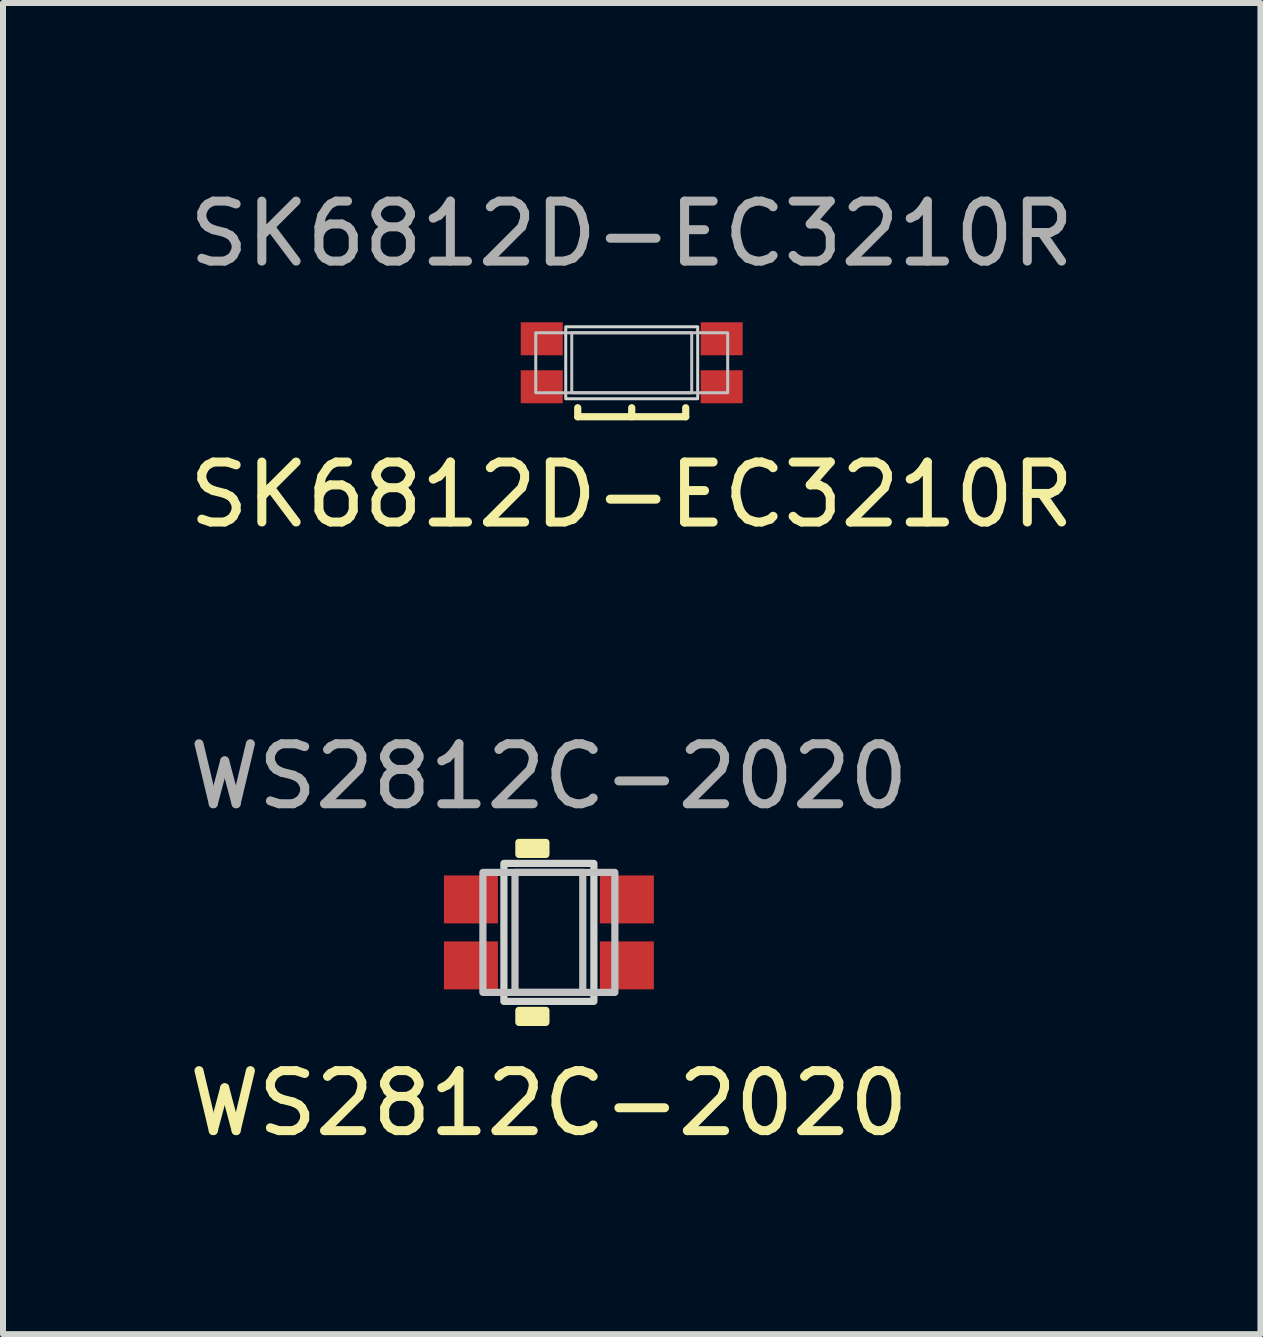
<source format=kicad_pcb>
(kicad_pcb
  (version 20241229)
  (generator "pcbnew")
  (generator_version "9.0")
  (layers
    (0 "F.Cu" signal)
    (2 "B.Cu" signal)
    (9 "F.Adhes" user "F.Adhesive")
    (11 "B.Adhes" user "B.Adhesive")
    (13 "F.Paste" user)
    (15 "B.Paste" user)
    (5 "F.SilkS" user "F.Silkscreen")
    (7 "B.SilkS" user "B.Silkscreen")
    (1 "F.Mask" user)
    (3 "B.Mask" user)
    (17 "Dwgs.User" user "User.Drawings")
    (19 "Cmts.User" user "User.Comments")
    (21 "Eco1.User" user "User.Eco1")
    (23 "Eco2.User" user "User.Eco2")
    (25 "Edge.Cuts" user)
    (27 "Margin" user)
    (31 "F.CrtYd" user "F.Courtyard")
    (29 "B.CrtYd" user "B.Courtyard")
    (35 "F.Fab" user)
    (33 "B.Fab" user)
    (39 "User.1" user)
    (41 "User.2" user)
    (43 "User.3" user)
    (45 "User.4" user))
  (footprint "WS2812C-2020"
    (layer "F.Cu")
    (at 6.101 12.495)
    (property "Reference" "WS2812C-2020" (at 0 2.85 0) (unlocked yes) (layer "F.SilkS") (effects (font (size 1 1) (thickness 0.15))))
    (attr smd)
    (fp_rect (start -0.5 -1.5) (end -0.05 -1.3) (stroke (width 0.12) (type solid)) (fill yes) (layer "F.SilkS"))
    (fp_rect (start -0.5 1.3) (end -0.05 1.5) (stroke (width 0.12) (type solid)) (fill yes) (layer "F.SilkS"))
    (fp_rect (start -1.1 -1) (end 1.1 1) (stroke (width 0.12) (type solid)) (fill no) (layer "Dwgs.User"))
    (fp_rect (start -0.565 -1) (end 0.565 1) (stroke (width 0.12) (type solid)) (fill no) (layer "Dwgs.User"))
    (fp_rect (start -0.75 -1.15) (end 0.75 1.15) (stroke (width 0.12) (type solid)) (fill no) (layer "Edge.Cuts"))
    (fp_text user "${REFERENCE}" (at 0 -2.6 0) (unlocked yes) (layer "F.Fab") (effects (font (size 1 1) (thickness 0.15))))
    (pad "1" smd rect (at -1.3 0.55) (size 0.9 0.8) (layers "F.Cu" "F.Mask" "F.Paste"))
    (pad "2" smd rect (at -1.3 -0.55) (size 0.9 0.8) (layers "F.Cu" "F.Mask" "F.Paste"))
    (pad "3" smd rect (at 1.3 -0.55) (size 0.9 0.8) (layers "F.Cu" "F.Mask" "F.Paste"))
    (pad "4" smd rect (at 1.3 0.55) (size 0.9 0.8) (layers "F.Cu" "F.Mask" "F.Paste")))
  (footprint "SK6812D-EC3210R"
    (layer "F.Cu")
    (at 7.482 2.998)
    (property "Reference" "SK6812D-EC3210R" (at 0 2.2 0) (unlocked yes) (layer "F.SilkS") (effects (font (size 1 1) (thickness 0.15))))
    (attr smd)
    (fp_line (start -0.9 0.9) (end -0.9 0.75) (stroke (width 0.12) (type solid)) (layer "F.SilkS"))
    (fp_line (start -0.9 0.9) (end 0.9 0.9) (stroke (width 0.12) (type solid)) (layer "F.SilkS"))
    (fp_line (start 0 0.75) (end 0 0.9) (stroke (width 0.12) (type solid)) (layer "F.SilkS"))
    (fp_line (start 0.9 0.75) (end 0.9 0.9) (stroke (width 0.12) (type solid)) (layer "F.SilkS"))
    (fp_rect (start -1.6 -0.5) (end 1.6 0.5) (stroke (width 0.05) (type solid)) (fill no) (layer "Dwgs.User"))
    (fp_rect (start -1 -0.5) (end 1 0.5) (stroke (width 0.05) (type solid)) (fill no) (layer "Dwgs.User"))
    (fp_rect (start -1.1 -0.6) (end 1.1 0.6) (stroke (width 0.05) (type solid)) (fill no) (layer "Edge.Cuts"))
    (fp_text user "${REFERENCE}" (at 0 -2.15 0) (unlocked yes) (layer "F.Fab") (effects (font (size 1 1) (thickness 0.15))))
    (pad "1" smd rect (at 1.5 -0.4) (size 0.7 0.55) (layers "F.Cu" "F.Mask" "F.Paste"))
    (pad "2" smd rect (at 1.5 0.4) (size 0.7 0.55) (layers "F.Cu" "F.Mask" "F.Paste"))
    (pad "3" smd rect (at -1.5 0.4) (size 0.7 0.55) (layers "F.Cu" "F.Mask" "F.Paste"))
    (pad "4" smd rect (at -1.5 -0.4) (size 0.7 0.55) (layers "F.Cu" "F.Mask" "F.Paste")))
  (gr_rect
    (start -3 -3)
    (end 17.964 19.193)
    (stroke (width 0.1) (type default))
    (fill no)
    (layer "Edge.Cuts")))
</source>
